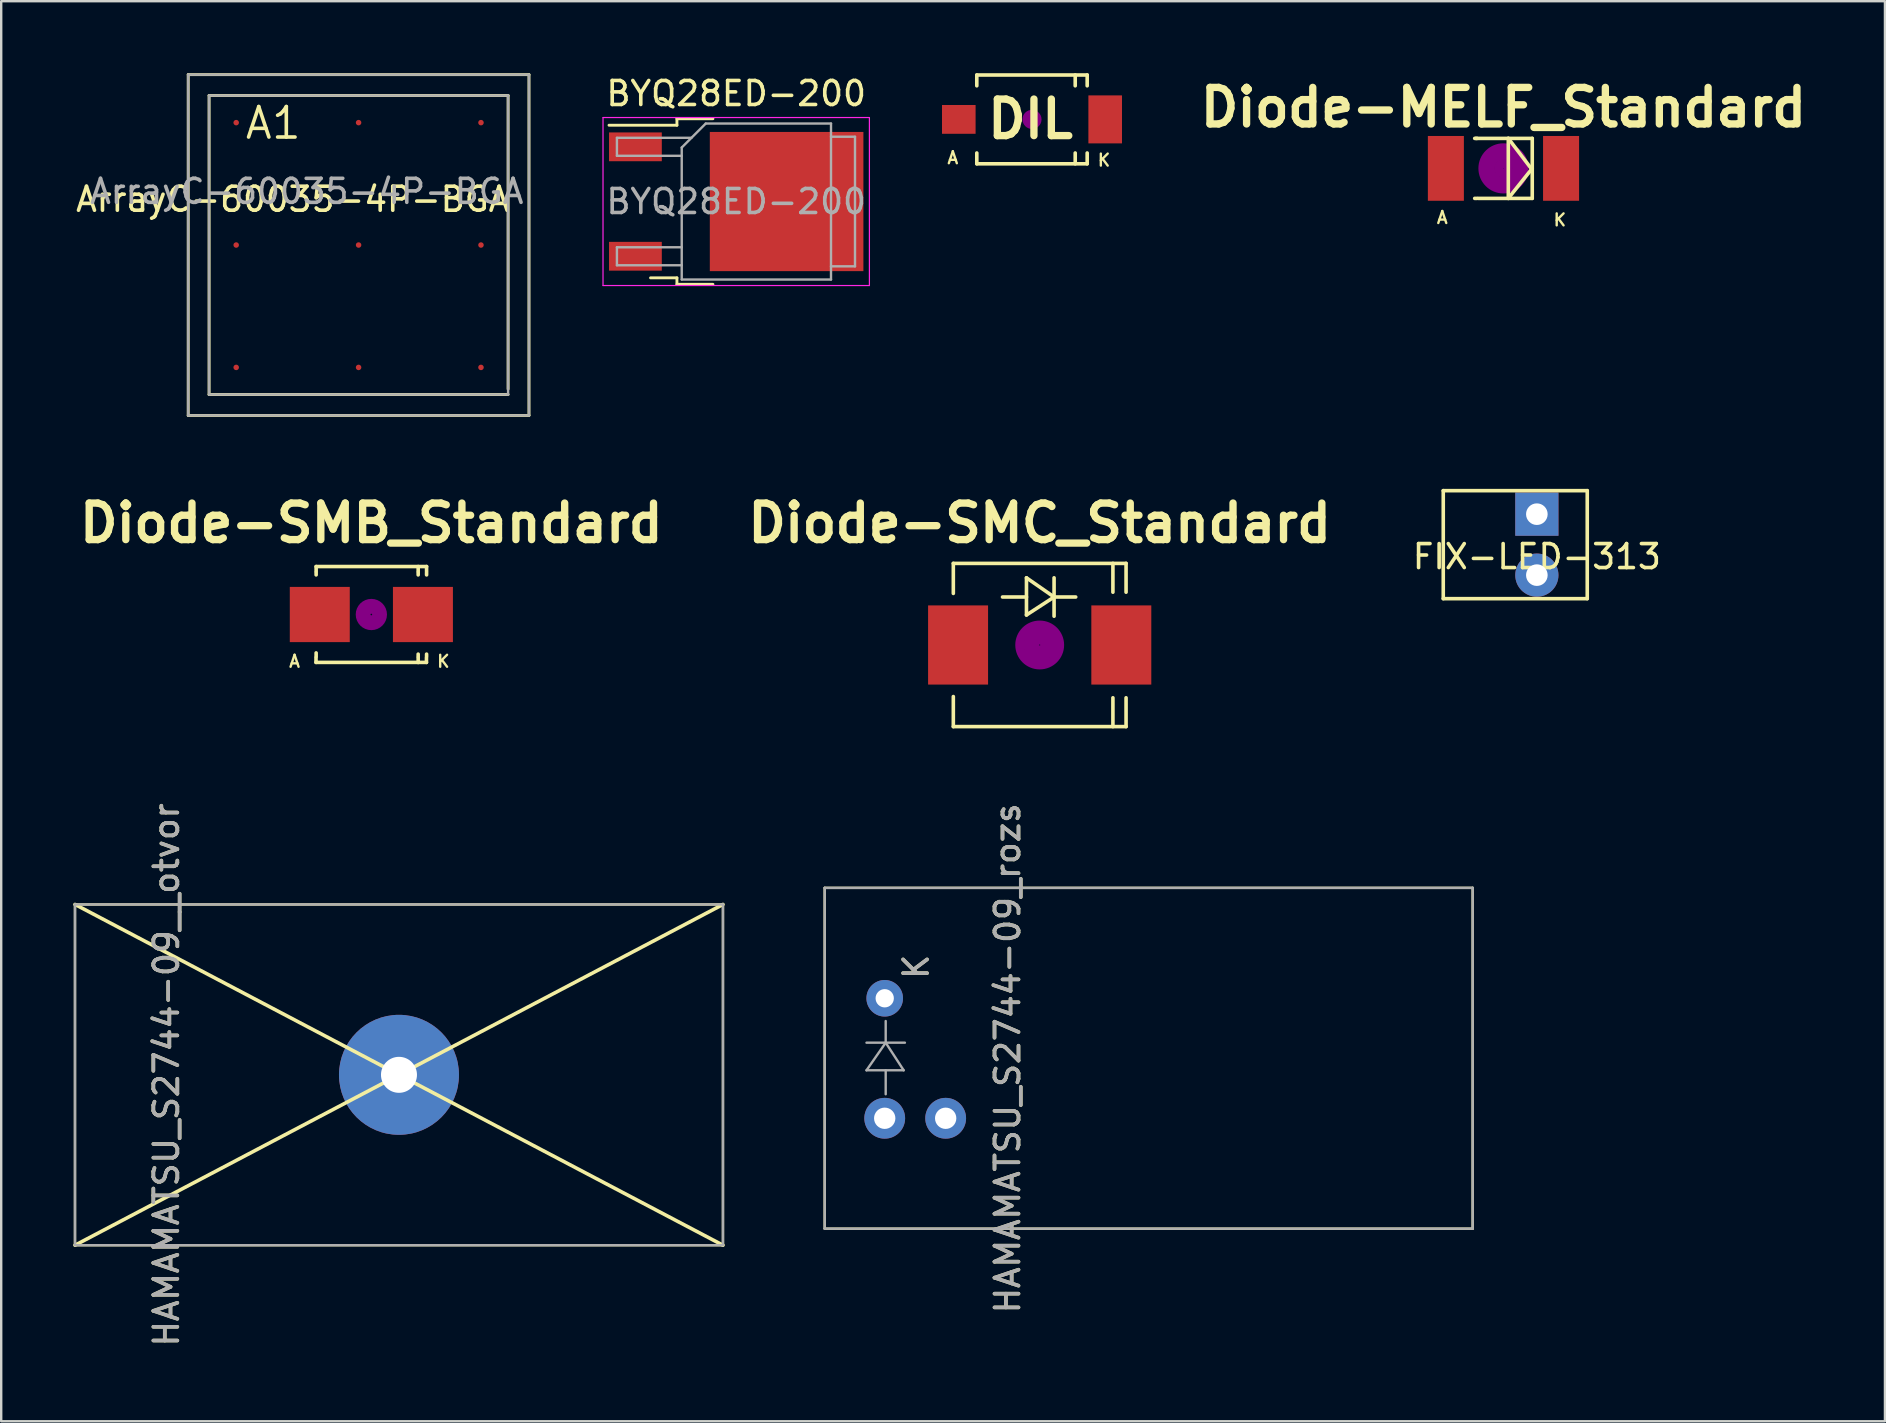
<source format=kicad_pcb>
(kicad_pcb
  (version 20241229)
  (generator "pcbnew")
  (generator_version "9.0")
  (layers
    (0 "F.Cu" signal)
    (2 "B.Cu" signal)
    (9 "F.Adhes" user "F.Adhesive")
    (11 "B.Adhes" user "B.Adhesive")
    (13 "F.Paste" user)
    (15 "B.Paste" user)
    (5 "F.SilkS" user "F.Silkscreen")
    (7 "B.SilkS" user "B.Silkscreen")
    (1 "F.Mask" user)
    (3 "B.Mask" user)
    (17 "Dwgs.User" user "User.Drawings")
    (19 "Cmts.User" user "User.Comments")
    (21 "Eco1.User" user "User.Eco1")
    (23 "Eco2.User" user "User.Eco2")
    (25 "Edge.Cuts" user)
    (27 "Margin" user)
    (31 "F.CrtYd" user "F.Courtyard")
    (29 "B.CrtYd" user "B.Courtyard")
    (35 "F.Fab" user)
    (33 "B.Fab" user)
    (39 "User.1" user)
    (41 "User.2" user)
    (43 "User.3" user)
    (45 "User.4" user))
  (footprint "HAMAMATSU_S2744-09__otvor"
    (layer "F.Cu")
    (at 28.015 41.737)
    (property "Reference" "HAMAMATSU_S2744-09__otvor" (at -24.13 0 270) (layer "F.SilkS") (effects (font (size 1 1) (thickness 0.15))))
    (attr smd)
    (fp_line (start -27.94 -7.1) (end -27.94 7.1) (stroke (width 0.1) (type solid)) (layer "F.SilkS"))
    (fp_line (start -0.94 -7.1) (end -27.94 -7.1) (stroke (width 0.1) (type solid)) (layer "F.SilkS"))
    (fp_line (start -0.94 -7.1) (end -27.94 7.1) (stroke (width 0.15) (type solid)) (layer "F.SilkS"))
    (fp_line (start -0.94 -7.1) (end -0.94 7.1) (stroke (width 0.1) (type solid)) (layer "F.SilkS"))
    (fp_line (start -0.94 7.1) (end -27.94 -7.1) (stroke (width 0.15) (type solid)) (layer "F.SilkS"))
    (fp_line (start -0.94 7.1) (end -27.94 7.1) (stroke (width 0.1) (type solid)) (layer "F.SilkS"))
    (fp_line (start -27.94 -7.1) (end -27.94 7.1) (stroke (width 0.1) (type solid)) (layer "F.Fab"))
    (fp_line (start -0.94 -7.1) (end -27.94 -7.1) (stroke (width 0.1) (type solid)) (layer "F.Fab"))
    (fp_line (start -0.94 -7.1) (end -0.94 7.1) (stroke (width 0.1) (type solid)) (layer "F.Fab"))
    (fp_line (start -0.94 7.1) (end -27.94 7.1) (stroke (width 0.1) (type solid)) (layer "F.Fab"))
    (fp_text user "${REFERENCE}" (at -24.13 0 270) (layer "F.Fab") (effects (font (size 1 1) (thickness 0.15))))
    (pad "1" thru_hole circle (at -14.44 0) (size 5 5) (drill 1.5) (layers "*.Cu" "*.Mask")))
  (footprint "FIX-LED-313"
    (layer "F.Cu")
    (at 60.989 19.645)
    (property "Reference" "FIX-LED-313" (at 0 0.5 0) (layer "F.SilkS") (effects (font (size 1 1) (thickness 0.15))))
    (attr through_hole)
    (fp_line (start -3.9 -2.25) (end 2.1 -2.25) (stroke (width 0.15) (type solid)) (layer "F.SilkS"))
    (fp_line (start -3.9 2.25) (end -3.9 -2.25) (stroke (width 0.15) (type solid)) (layer "F.SilkS"))
    (fp_line (start 2.1 -2.25) (end 2.1 2.25) (stroke (width 0.15) (type solid)) (layer "F.SilkS"))
    (fp_line (start 2.1 2.25) (end -3.9 2.25) (stroke (width 0.15) (type solid)) (layer "F.SilkS"))
    (pad "1" thru_hole rect (at 0 -1.27) (size 1.8 1.8) (drill 0.9) (layers "*.Cu" "*.Mask"))
    (pad "2" thru_hole circle (at 0 1.27) (size 1.8 1.8) (drill 0.9) (layers "*.Cu" "*.Mask")))
  (footprint "Diode-SMC_Standard"
    (layer "F.Cu")
    (at 40.273 23.826)
    (property "Reference" "Diode-SMC_Standard" (at 0 -5.08 0) (layer "F.SilkS") (effects (font (size 1.524 1.524) (thickness 0.305))))
    (attr smd)
    (fp_line (start -3.599 -3.401) (end -3.599 -2.149) (stroke (width 0.15) (type solid)) (layer "F.SilkS"))
    (fp_line (start -3.599 -3.401) (end 3.599 -3.401) (stroke (width 0.15) (type solid)) (layer "F.SilkS"))
    (fp_line (start -3.599 3.401) (end -3.599 2.149) (stroke (width 0.15) (type solid)) (layer "F.SilkS"))
    (fp_line (start -3.599 3.401) (end 3.599 3.401) (stroke (width 0.15) (type solid)) (layer "F.SilkS"))
    (fp_line (start -0.551 -1.999) (end -1.549 -1.999) (stroke (width 0.15) (type solid)) (layer "F.SilkS"))
    (fp_line (start -0.551 -1.25) (end -0.551 -2.799) (stroke (width 0.15) (type solid)) (layer "F.SilkS"))
    (fp_line (start 0.599 -2.799) (end 0.599 -1.199) (stroke (width 0.15) (type solid)) (layer "F.SilkS"))
    (fp_line (start 0.599 -1.999) (end -0.551 -2.799) (stroke (width 0.15) (type solid)) (layer "F.SilkS"))
    (fp_line (start 0.599 -1.999) (end -0.551 -1.25) (stroke (width 0.15) (type solid)) (layer "F.SilkS"))
    (fp_line (start 0.599 -1.999) (end 1.501 -1.999) (stroke (width 0.15) (type solid)) (layer "F.SilkS"))
    (fp_line (start 3.051 -3.401) (end 3.051 -2.2) (stroke (width 0.15) (type solid)) (layer "F.SilkS"))
    (fp_line (start 3.051 3.401) (end 3.051 2.2) (stroke (width 0.15) (type solid)) (layer "F.SilkS"))
    (fp_line (start 3.599 -3.401) (end 3.599 -2.2) (stroke (width 0.15) (type solid)) (layer "F.SilkS"))
    (fp_line (start 3.599 3.401) (end 3.599 2.2) (stroke (width 0.15) (type solid)) (layer "F.SilkS"))
    (fp_circle (center 0 0) (end 0.15 0.15) (stroke (width 0.381) (type solid)) (fill no) (layer "F.Adhes"))
    (fp_circle (center 0 0) (end 0.45 0.201) (stroke (width 0.381) (type solid)) (fill no) (layer "F.Adhes"))
    (fp_circle (center 0 0) (end 0.749 0.351) (stroke (width 0.381) (type solid)) (fill no) (layer "F.Adhes"))
    (pad "1" smd rect (at -3.401 0 90) (size 3.299 2.499) (layers "F.Cu" "F.Mask" "F.Paste"))
    (pad "2" smd rect (at 3.401 0 90) (size 3.299 2.499) (layers "F.Cu" "F.Mask" "F.Paste")))
  (footprint "DIL"
    (layer "F.Cu")
    (at 39.952 1.925)
    (property "Reference" "DIL" (at -0.064 -0.013 0) (layer "F.SilkS") (effects (font (size 1.524 1.524) (thickness 0.305))))
    (attr smd)
    (fp_line (start -2.3 -1.85) (end -2.3 -1.4) (stroke (width 0.15) (type solid)) (layer "F.SilkS"))
    (fp_line (start -2.3 -1.85) (end 2.3 -1.85) (stroke (width 0.15) (type solid)) (layer "F.SilkS"))
    (fp_line (start -2.3 1.85) (end -2.3 1.4) (stroke (width 0.15) (type solid)) (layer "F.SilkS"))
    (fp_line (start -2.3 1.85) (end 2.3 1.85) (stroke (width 0.15) (type solid)) (layer "F.SilkS"))
    (fp_line (start 1.801 -1.85) (end 1.801 -1.4) (stroke (width 0.15) (type solid)) (layer "F.SilkS"))
    (fp_line (start 1.801 1.85) (end 1.801 1.4) (stroke (width 0.15) (type solid)) (layer "F.SilkS"))
    (fp_line (start 2.3 -1.85) (end 2.3 -1.4) (stroke (width 0.15) (type solid)) (layer "F.SilkS"))
    (fp_line (start 2.3 1.85) (end 2.3 1.4) (stroke (width 0.15) (type solid)) (layer "F.SilkS"))
    (fp_circle (center 0 0) (end 0.201 -0.051) (stroke (width 0.381) (type solid)) (fill no) (layer "F.Adhes"))
    (fp_text user "A" (at -3.299 1.6 0) (layer "F.SilkS") (effects (font (size 0.5 0.5) (thickness 0.099))))
    (fp_text user "K" (at 3 1.699 0) (layer "F.SilkS") (effects (font (size 0.5 0.5) (thickness 0.099))))
    (pad "1" smd rect (at 3.05 0) (size 1.4 2) (layers "F.Cu" "F.Mask" "F.Paste"))
    (pad "2" smd rect (at -3.05 0) (size 1.4 1.2) (layers "F.Cu" "F.Mask" "F.Paste")))
  (footprint "BYQ28ED-200"
    (layer "F.Cu")
    (at 27.627 5.348)
    (property "Reference" "BYQ28ED-200" (at 0 -4.5 0) (layer "F.SilkS") (effects (font (size 1 1) (thickness 0.15))))
    (attr smd)
    (fp_line (start -2.47 -3.45) (end -2.47 -3.18) (stroke (width 0.12) (type solid)) (layer "F.SilkS"))
    (fp_line (start -2.47 -3.18) (end -5.3 -3.18) (stroke (width 0.12) (type solid)) (layer "F.SilkS"))
    (fp_line (start -2.47 3.18) (end -3.57 3.18) (stroke (width 0.12) (type solid)) (layer "F.SilkS"))
    (fp_line (start -2.47 3.45) (end -2.47 3.18) (stroke (width 0.12) (type solid)) (layer "F.SilkS"))
    (fp_line (start -0.97 -3.45) (end -2.47 -3.45) (stroke (width 0.12) (type solid)) (layer "F.SilkS"))
    (fp_line (start -0.97 3.45) (end -2.47 3.45) (stroke (width 0.12) (type solid)) (layer "F.SilkS"))
    (fp_line (start -5.55 -3.5) (end -5.55 3.5) (stroke (width 0.05) (type solid)) (layer "F.CrtYd"))
    (fp_line (start -5.55 3.5) (end 5.55 3.5) (stroke (width 0.05) (type solid)) (layer "F.CrtYd"))
    (fp_line (start 5.55 -3.5) (end -5.55 -3.5) (stroke (width 0.05) (type solid)) (layer "F.CrtYd"))
    (fp_line (start 5.55 3.5) (end 5.55 -3.5) (stroke (width 0.05) (type solid)) (layer "F.CrtYd"))
    (fp_line (start -4.97 -2.655) (end -4.97 -1.905) (stroke (width 0.1) (type solid)) (layer "F.Fab"))
    (fp_line (start -4.97 -1.905) (end -2.27 -1.905) (stroke (width 0.1) (type solid)) (layer "F.Fab"))
    (fp_line (start -4.97 1.905) (end -4.97 2.655) (stroke (width 0.1) (type solid)) (layer "F.Fab"))
    (fp_line (start -4.97 2.655) (end -2.27 2.655) (stroke (width 0.1) (type solid)) (layer "F.Fab"))
    (fp_line (start -2.27 -2.25) (end -1.27 -3.25) (stroke (width 0.1) (type solid)) (layer "F.Fab"))
    (fp_line (start -2.27 1.905) (end -4.97 1.905) (stroke (width 0.1) (type solid)) (layer "F.Fab"))
    (fp_line (start -2.27 3.25) (end -2.27 -2.25) (stroke (width 0.1) (type solid)) (layer "F.Fab"))
    (fp_line (start -1.865 -2.655) (end -4.97 -2.655) (stroke (width 0.1) (type solid)) (layer "F.Fab"))
    (fp_line (start -1.27 -3.25) (end 3.95 -3.25) (stroke (width 0.1) (type solid)) (layer "F.Fab"))
    (fp_line (start 3.95 -3.25) (end 3.95 3.25) (stroke (width 0.1) (type solid)) (layer "F.Fab"))
    (fp_line (start 3.95 -2.7) (end 4.95 -2.7) (stroke (width 0.1) (type solid)) (layer "F.Fab"))
    (fp_line (start 3.95 3.25) (end -2.27 3.25) (stroke (width 0.1) (type solid)) (layer "F.Fab"))
    (fp_line (start 4.95 -2.7) (end 4.95 2.7) (stroke (width 0.1) (type solid)) (layer "F.Fab"))
    (fp_line (start 4.95 2.7) (end 3.95 2.7) (stroke (width 0.1) (type solid)) (layer "F.Fab"))
    (fp_text user "${REFERENCE}" (at 0 0 0) (layer "F.Fab") (effects (font (size 1 1) (thickness 0.15))))
    (pad "" smd rect (at 0.425 -1.525) (size 3.05 2.75) (layers "F.Paste"))
    (pad "" smd rect (at 0.425 1.525) (size 3.05 2.75) (layers "F.Paste"))
    (pad "" smd rect (at 3.775 -1.525) (size 3.05 2.75) (layers "F.Paste"))
    (pad "" smd rect (at 3.775 1.525) (size 3.05 2.75) (layers "F.Paste"))
    (pad "1" smd rect (at 2.1 0) (size 6.4 5.8) (layers "F.Cu" "F.Mask"))
    (pad "2" smd rect (at -4.2 -2.28) (size 2.2 1.2) (layers "F.Cu" "F.Mask" "F.Paste"))
    (pad "3" smd rect (at -4.2 2.28) (size 2.2 1.2) (layers "F.Cu" "F.Mask" "F.Paste")))
  (footprint "ArrayC-60035-4P-BGA"
    (layer "F.Cu")
    (at 11.892 7.16)
    (property "Reference" "ArrayC-60035-4P-BGA" (at -2.743 -1.905 180) (layer "F.SilkS") (effects (font (size 1 1) (thickness 0.15))))
    (attr through_hole)
    (fp_line (start -7.1 -7.1) (end -7.1 7.1) (stroke (width 0.12) (type solid)) (layer "F.SilkS"))
    (fp_line (start -6.23 -6.23) (end -6.23 6.23) (stroke (width 0.12) (type solid)) (layer "F.SilkS"))
    (fp_line (start 6.23 -6.23) (end -6.23 -6.23) (stroke (width 0.12) (type solid)) (layer "F.SilkS"))
    (fp_line (start 6.23 -6.23) (end 6.23 6) (stroke (width 0.12) (type solid)) (layer "F.SilkS"))
    (fp_line (start 6.23 6.23) (end -6.23 6.23) (stroke (width 0.12) (type solid)) (layer "F.SilkS"))
    (fp_line (start 7.1 -7.1) (end -7.1 -7.1) (stroke (width 0.12) (type solid)) (layer "F.SilkS"))
    (fp_line (start 7.1 -7.1) (end 7.1 7.1) (stroke (width 0.12) (type solid)) (layer "F.SilkS"))
    (fp_line (start 7.1 7.1) (end -7.1 7.1) (stroke (width 0.12) (type solid)) (layer "F.SilkS"))
    (fp_line (start -7.1 -7.1) (end -7.1 7.1) (stroke (width 0.1) (type solid)) (layer "F.Fab"))
    (fp_line (start -6.23 -6.23) (end -6.23 6.23) (stroke (width 0.1) (type solid)) (layer "F.Fab"))
    (fp_line (start 6.23 -6.23) (end -6.23 -6.23) (stroke (width 0.1) (type solid)) (layer "F.Fab"))
    (fp_line (start 6.23 -6.23) (end 6.23 6.23) (stroke (width 0.1) (type solid)) (layer "F.Fab"))
    (fp_line (start 6.23 6.23) (end -6.23 6.23) (stroke (width 0.1) (type solid)) (layer "F.Fab"))
    (fp_line (start 7.1 -7.1) (end -7.1 -7.1) (stroke (width 0.1) (type solid)) (layer "F.Fab"))
    (fp_line (start 7.1 7.1) (end -7.1 7.1) (stroke (width 0.1) (type solid)) (layer "F.Fab"))
    (fp_line (start 7.1 7.1) (end 7.1 -7.1) (stroke (width 0.1) (type solid)) (layer "F.Fab"))
    (fp_text user "A1" (at -3.556 -5.08 0) (layer "F.SilkS") (effects (font (size 1.27 1.27) (thickness 0.15))))
    (fp_text user "${REFERENCE}" (at -2.159 -2.235 0) (layer "F.Fab") (effects (font (size 1 1) (thickness 0.15))))
    (pad "A1" smd circle (at -5.1 -5.1) (size 0.23 0.23) (layers "F.Cu" "F.Mask" "F.Paste"))
    (pad "A2" smd circle (at 0 -5.1) (size 0.23 0.23) (layers "F.Cu" "F.Mask" "F.Paste"))
    (pad "A3" smd circle (at 5.1 -5.1) (size 0.23 0.23) (layers "F.Cu" "F.Mask" "F.Paste"))
    (pad "B1" smd circle (at -5.1 0) (size 0.23 0.23) (layers "F.Cu" "F.Mask" "F.Paste"))
    (pad "B2" smd circle (at 0 0) (size 0.23 0.23) (layers "F.Cu" "F.Mask" "F.Paste"))
    (pad "B3" smd circle (at 5.1 0) (size 0.23 0.23) (layers "F.Cu" "F.Mask" "F.Paste"))
    (pad "C1" smd circle (at -5.1 5.1) (size 0.23 0.23) (layers "F.Cu" "F.Mask" "F.Paste"))
    (pad "C2" smd circle (at 0 5.1) (size 0.23 0.23) (layers "F.Cu" "F.Mask" "F.Paste"))
    (pad "C3" smd circle (at 5.1 5.1) (size 0.23 0.23) (layers "F.Cu" "F.Mask" "F.Paste")))
  (footprint "HAMAMATSU_S2744-09_rozs"
    (layer "F.Cu")
    (at 59.255 41.047)
    (property "Reference" "HAMAMATSU_S2744-09_rozs" (at -20.32 0 270) (layer "F.SilkS") (effects (font (size 1 1) (thickness 0.15))))
    (attr smd)
    (fp_line (start -27.94 -7.1) (end -27.94 7.1) (stroke (width 0.1) (type solid)) (layer "F.SilkS"))
    (fp_line (start -0.94 -7.1) (end -27.94 -7.1) (stroke (width 0.1) (type solid)) (layer "F.SilkS"))
    (fp_line (start -0.94 -7.1) (end -0.94 7.1) (stroke (width 0.1) (type solid)) (layer "F.SilkS"))
    (fp_line (start -0.94 7.1) (end -27.94 7.1) (stroke (width 0.1) (type solid)) (layer "F.SilkS"))
    (fp_line (start -27.94 -7.1) (end -27.94 7.1) (stroke (width 0.1) (type solid)) (layer "F.Fab"))
    (fp_line (start -26.199 -0.649) (end -24.599 -0.649) (stroke (width 0.1) (type solid)) (layer "F.Fab"))
    (fp_line (start -25.399 -0.649) (end -26.199 0.501) (stroke (width 0.1) (type solid)) (layer "F.Fab"))
    (fp_line (start -25.399 -0.649) (end -25.399 -1.551) (stroke (width 0.1) (type solid)) (layer "F.Fab"))
    (fp_line (start -25.399 -0.649) (end -24.65 0.501) (stroke (width 0.1) (type solid)) (layer "F.Fab"))
    (fp_line (start -25.399 0.501) (end -25.399 1.499) (stroke (width 0.1) (type solid)) (layer "F.Fab"))
    (fp_line (start -24.65 0.501) (end -26.199 0.501) (stroke (width 0.1) (type solid)) (layer "F.Fab"))
    (fp_line (start -0.94 -7.1) (end -27.94 -7.1) (stroke (width 0.1) (type solid)) (layer "F.Fab"))
    (fp_line (start -0.94 -7.1) (end -0.94 7.1) (stroke (width 0.1) (type solid)) (layer "F.Fab"))
    (fp_line (start -0.94 7.1) (end -27.94 7.1) (stroke (width 0.1) (type solid)) (layer "F.Fab"))
    (fp_text user "K" (at -24.13 -3.81 270) (layer "F.SilkS") (effects (font (size 1 1) (thickness 0.15))))
    (fp_text user "K" (at -24.13 -3.81 90) (layer "F.Fab") (effects (font (size 1 1) (thickness 0.15))))
    (fp_text user "${REFERENCE}" (at -20.32 0 270) (layer "F.Fab") (effects (font (size 1 1) (thickness 0.15))))
    (pad "1" thru_hole circle (at -25.44 -2.5) (size 1.524 1.524) (drill 0.762) (layers "*.Cu" "*.Mask"))
    (pad "1" thru_hole circle (at -22.9 2.5) (size 1.7 1.7) (drill 0.889) (layers "*.Cu" "*.Mask"))
    (pad "2" thru_hole circle (at -25.44 2.5) (size 1.7 1.7) (drill 0.889) (layers "*.Cu" "*.Mask")))
  (footprint "Diode-MELF_Standard"
    (layer "F.Cu")
    (at 59.598 3.966)
    (property "Reference" "Diode-MELF_Standard" (at 0 -2.54 0) (layer "F.SilkS") (effects (font (size 1.524 1.524) (thickness 0.305))))
    (attr smd)
    (fp_line (start -1.1 -1.25) (end -1.199 -1.25) (stroke (width 0.15) (type solid)) (layer "F.SilkS"))
    (fp_line (start -1.1 1.25) (end -1.199 1.25) (stroke (width 0.15) (type solid)) (layer "F.SilkS"))
    (fp_line (start 0.201 -1.25) (end 0.201 1.25) (stroke (width 0.15) (type solid)) (layer "F.SilkS"))
    (fp_line (start 0.201 1.25) (end 1.199 0) (stroke (width 0.15) (type solid)) (layer "F.SilkS"))
    (fp_line (start 1.151 0) (end 0.201 -1.25) (stroke (width 0.15) (type solid)) (layer "F.SilkS"))
    (fp_line (start 1.199 -1.25) (end -1.151 -1.25) (stroke (width 0.15) (type solid)) (layer "F.SilkS"))
    (fp_line (start 1.199 -1.25) (end 1.199 1.25) (stroke (width 0.15) (type solid)) (layer "F.SilkS"))
    (fp_line (start 1.199 1.25) (end -1.049 1.25) (stroke (width 0.15) (type solid)) (layer "F.SilkS"))
    (fp_circle (center 0 0) (end 0 0.201) (stroke (width 0.381) (type solid)) (fill no) (layer "F.Adhes"))
    (fp_circle (center 0 0) (end 0 0.551) (stroke (width 0.381) (type solid)) (fill no) (layer "F.Adhes"))
    (fp_circle (center 0 0) (end 0.8 0.3) (stroke (width 0.381) (type solid)) (fill no) (layer "F.Adhes"))
    (fp_text user "K" (at 2.349 2.149 0) (layer "F.SilkS") (effects (font (size 0.5 0.5) (thickness 0.099))))
    (fp_text user "A" (at -2.55 2.05 0) (layer "F.SilkS") (effects (font (size 0.5 0.5) (thickness 0.099))))
    (pad "1" smd rect (at 2.4 0) (size 1.501 2.7) (layers "F.Cu" "F.Mask" "F.Paste"))
    (pad "2" smd rect (at -2.4 0) (size 1.501 2.7) (layers "F.Cu" "F.Mask" "F.Paste")))
  (footprint "Diode-SMB_Standard"
    (layer "F.Cu")
    (at 12.424 22.556)
    (property "Reference" "Diode-SMB_Standard" (at 0 -3.81 0) (layer "F.SilkS") (effects (font (size 1.524 1.524) (thickness 0.305))))
    (attr smd)
    (fp_line (start -2.306 1.996) (end -2.306 1.798) (stroke (width 0.15) (type solid)) (layer "F.SilkS"))
    (fp_line (start -2.306 1.996) (end 2.296 1.996) (stroke (width 0.15) (type solid)) (layer "F.SilkS"))
    (fp_line (start -2.301 -1.999) (end -2.301 -1.801) (stroke (width 0.15) (type solid)) (layer "F.SilkS"))
    (fp_line (start -2.301 -1.999) (end 2.301 -1.999) (stroke (width 0.15) (type solid)) (layer "F.SilkS"))
    (fp_line (start -2.301 -1.75) (end -2.301 -1.651) (stroke (width 0.15) (type solid)) (layer "F.SilkS"))
    (fp_line (start -2.301 1.75) (end -2.301 1.6) (stroke (width 0.15) (type solid)) (layer "F.SilkS"))
    (fp_line (start 1.951 -1.999) (end 1.951 -1.801) (stroke (width 0.15) (type solid)) (layer "F.SilkS"))
    (fp_line (start 1.951 -1.75) (end 1.951 -1.651) (stroke (width 0.15) (type solid)) (layer "F.SilkS"))
    (fp_line (start 1.951 1.75) (end 1.951 1.651) (stroke (width 0.15) (type solid)) (layer "F.SilkS"))
    (fp_line (start 1.951 1.999) (end 1.951 1.801) (stroke (width 0.15) (type solid)) (layer "F.SilkS"))
    (fp_line (start 2.296 1.996) (end 2.296 1.798) (stroke (width 0.15) (type solid)) (layer "F.SilkS"))
    (fp_line (start 2.301 -1.999) (end 2.301 -1.801) (stroke (width 0.15) (type solid)) (layer "F.SilkS"))
    (fp_line (start 2.301 -1.75) (end 2.301 -1.651) (stroke (width 0.15) (type solid)) (layer "F.SilkS"))
    (fp_line (start 2.301 1.75) (end 2.301 1.651) (stroke (width 0.15) (type solid)) (layer "F.SilkS"))
    (fp_circle (center 0 0) (end 0.201 0.099) (stroke (width 0.381) (type solid)) (fill no) (layer "F.Adhes"))
    (fp_circle (center 0 0) (end 0.45 0.099) (stroke (width 0.381) (type solid)) (fill no) (layer "F.Adhes"))
    (fp_text user "A" (at -3.2 1.951 0) (layer "F.SilkS") (effects (font (size 0.5 0.5) (thickness 0.099))))
    (fp_text user "K" (at 3 1.951 0) (layer "F.SilkS") (effects (font (size 0.5 0.5) (thickness 0.099))))
    (pad "1" smd rect (at 2.149 0) (size 2.499 2.301) (layers "F.Cu" "F.Mask" "F.Paste"))
    (pad "2" smd rect (at -2.149 0) (size 2.499 2.301) (layers "F.Cu" "F.Mask" "F.Paste")))
  (gr_rect
    (start -3 -3)
    (end 75.494 56.172)
    (stroke (width 0.1) (type default))
    (fill no)
    (layer "Edge.Cuts")))
</source>
